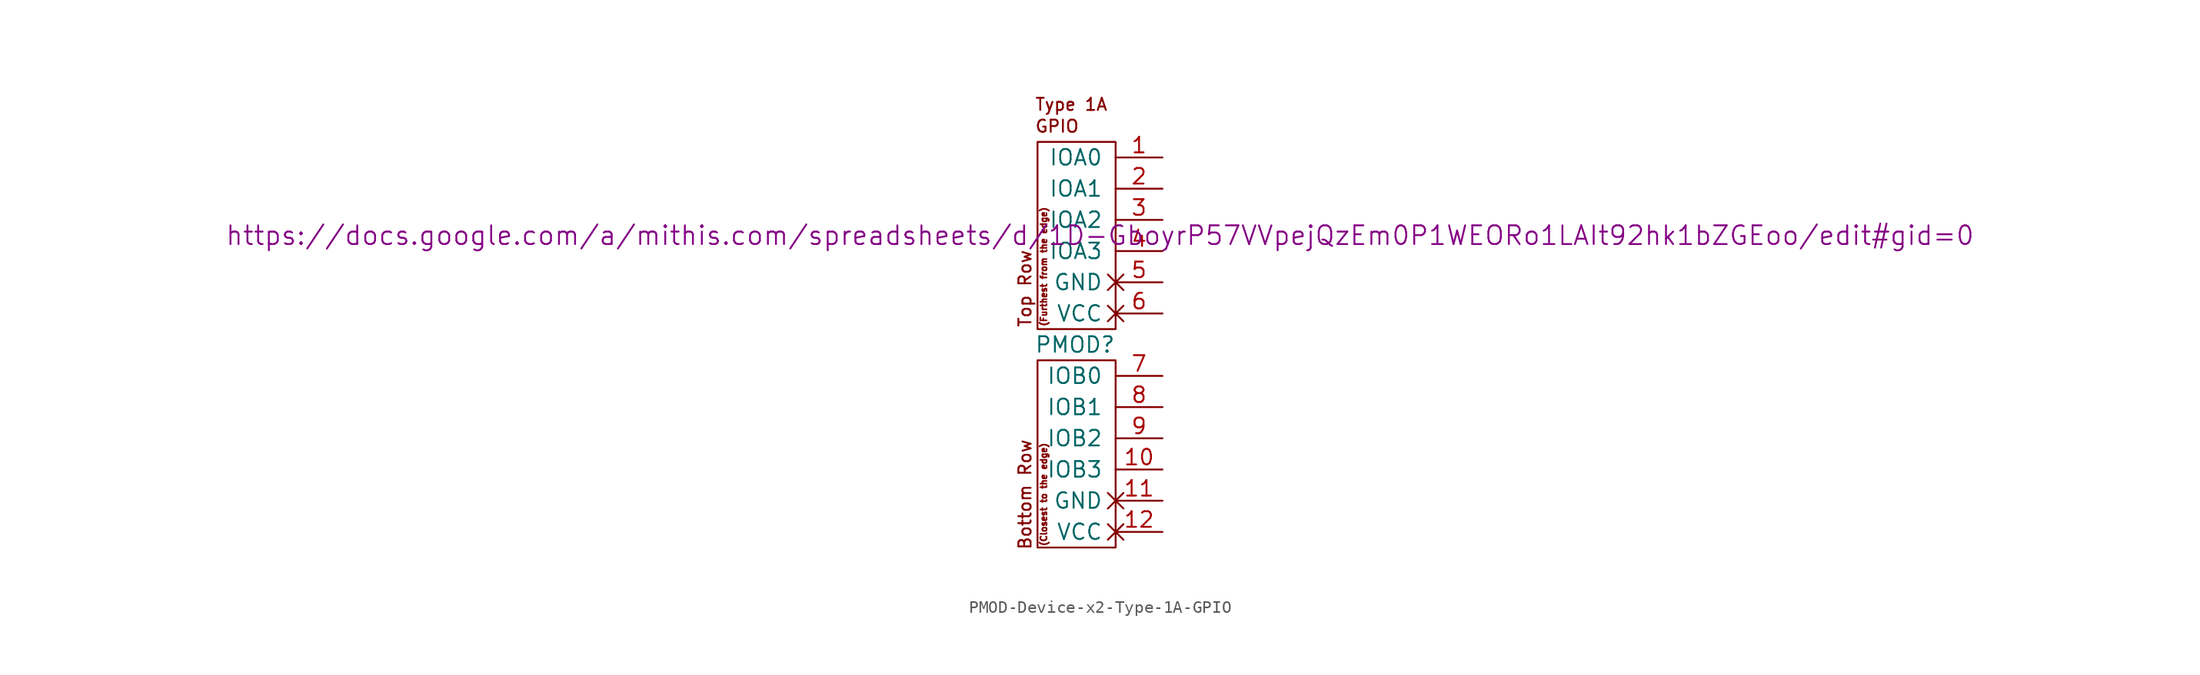
<source format=kicad_sym>
(kicad_symbol_lib
  (version 20231120)
  (generator "kicad_symbol_editor")
  (generator_version "8.0")
  (symbol "PMOD-Device-x2-Type-1A-GPIO"
    (pin_names
      (offset 1.016))
    (property "Reference" "PMOD"
      (at -3.302 -1.27 0)
      (effects (font (size 1.27 1.27))))
    (property "Datasheet" "https://docs.google.com/a/mithis.com/spreadsheets/d/1D-GboyrP57VVpejQzEm0P1WEORo1LAIt92hk1bZGEoo/edit#gid=0"
      (at -1.27 7.62 0)
      (effects (font (size 1.524 1.524))))
    (symbol "PMOD-Device-x2-Type-1A-GPIO_0_0"
      (text "(Closest to the edge)" (at -5.842 -13.462 900) (effects (font (size 0.508 0.508))))
      (text "(Furthest from the edge)" (at -5.842 5.08 900) (effects (font (size 0.508 0.508))))
      (text "Bottom Row" (at -7.366 -13.462 900) (effects (font (size 0.991 0.991))))
      (text "GPIO" (at -6.604 16.51 0) (effects (font (size 0.991 0.991)) (justify left)))
      (text "Top Row" (at -7.366 3.302 900) (effects (font (size 0.991 0.991))))
      (text "Type 1A" (at -6.604 18.288 0) (effects (font (size 0.991 0.991)) (justify left))))
    (symbol "PMOD-Device-x2-Type-1A-GPIO_0_1"
      (rectangle (start -6.35 -2.54) (end 0 -17.78) (stroke (width 0) (type solid)) (fill (type none)))
      (rectangle (start 0 15.24) (end -6.35 0) (stroke (width 0) (type solid)) (fill (type none))))
    (symbol "PMOD-Device-x2-Type-1A-GPIO_1_1"
      (pin bidirectional line (at 3.81 13.97 180) (length 3.81) (name "IOA0" (effects (font (size 1.27 1.27)))) (number "1" (effects (font (size 1.27 1.27)))))
      (pin bidirectional line (at 3.81 -11.43 180) (length 3.81) (name "IOB3" (effects (font (size 1.27 1.27)))) (number "10" (effects (font (size 1.27 1.27)))))
      (pin power_out non_logic (at 3.81 -13.97 180) (length 3.81) (name "GND" (effects (font (size 1.27 1.27)))) (number "11" (effects (font (size 1.27 1.27)))))
      (pin power_out non_logic (at 3.81 -16.51 180) (length 3.81) (name "VCC" (effects (font (size 1.27 1.27)))) (number "12" (effects (font (size 1.27 1.27)))))
      (pin bidirectional line (at 3.81 11.43 180) (length 3.81) (name "IOA1" (effects (font (size 1.27 1.27)))) (number "2" (effects (font (size 1.27 1.27)))))
      (pin bidirectional line (at 3.81 8.89 180) (length 3.81) (name "IOA2" (effects (font (size 1.27 1.27)))) (number "3" (effects (font (size 1.27 1.27)))))
      (pin bidirectional line (at 3.81 6.35 180) (length 3.81) (name "IOA3" (effects (font (size 1.27 1.27)))) (number "4" (effects (font (size 1.27 1.27)))))
      (pin power_out non_logic (at 3.81 3.81 180) (length 3.81) (name "GND" (effects (font (size 1.27 1.27)))) (number "5" (effects (font (size 1.27 1.27)))))
      (pin power_out non_logic (at 3.81 1.27 180) (length 3.81) (name "VCC" (effects (font (size 1.27 1.27)))) (number "6" (effects (font (size 1.27 1.27)))))
      (pin bidirectional line (at 3.81 -3.81 180) (length 3.81) (name "IOB0" (effects (font (size 1.27 1.27)))) (number "7" (effects (font (size 1.27 1.27)))))
      (pin bidirectional line (at 3.81 -6.35 180) (length 3.81) (name "IOB1" (effects (font (size 1.27 1.27)))) (number "8" (effects (font (size 1.27 1.27)))))
      (pin bidirectional line (at 3.81 -8.89 180) (length 3.81) (name "IOB2" (effects (font (size 1.27 1.27)))) (number "9" (effects (font (size 1.27 1.27))))))))
</source>
